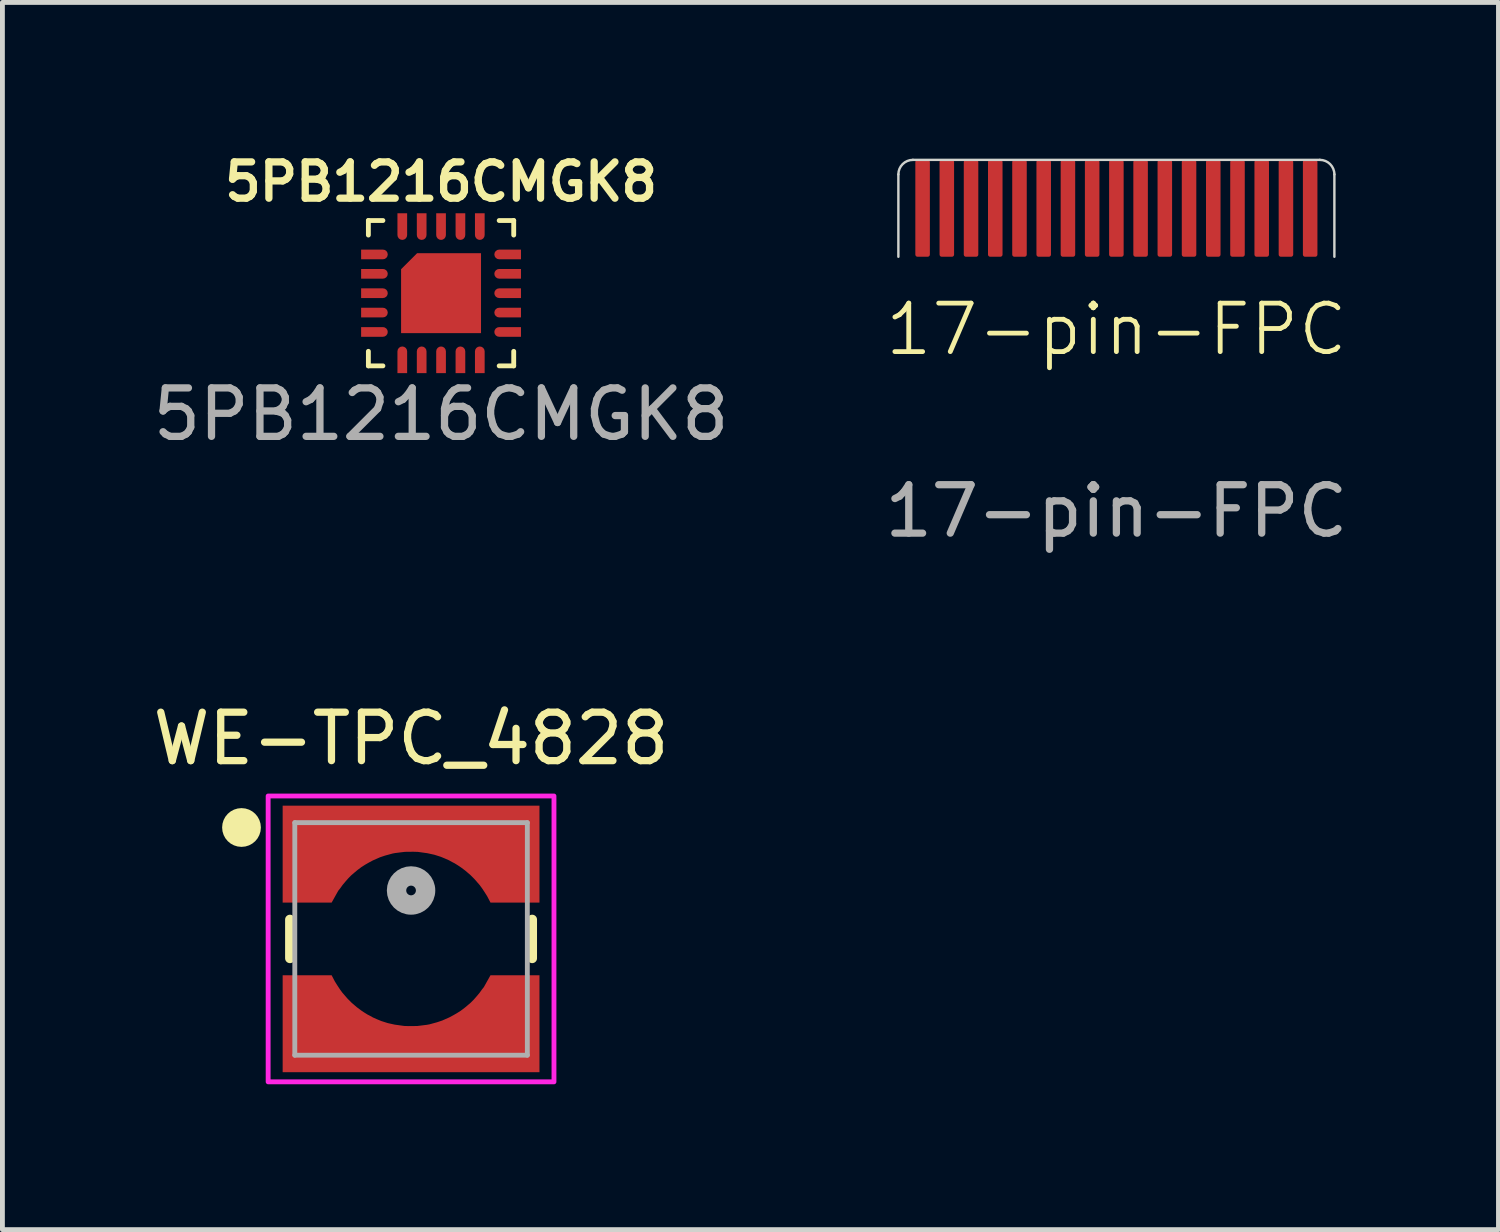
<source format=kicad_pcb>
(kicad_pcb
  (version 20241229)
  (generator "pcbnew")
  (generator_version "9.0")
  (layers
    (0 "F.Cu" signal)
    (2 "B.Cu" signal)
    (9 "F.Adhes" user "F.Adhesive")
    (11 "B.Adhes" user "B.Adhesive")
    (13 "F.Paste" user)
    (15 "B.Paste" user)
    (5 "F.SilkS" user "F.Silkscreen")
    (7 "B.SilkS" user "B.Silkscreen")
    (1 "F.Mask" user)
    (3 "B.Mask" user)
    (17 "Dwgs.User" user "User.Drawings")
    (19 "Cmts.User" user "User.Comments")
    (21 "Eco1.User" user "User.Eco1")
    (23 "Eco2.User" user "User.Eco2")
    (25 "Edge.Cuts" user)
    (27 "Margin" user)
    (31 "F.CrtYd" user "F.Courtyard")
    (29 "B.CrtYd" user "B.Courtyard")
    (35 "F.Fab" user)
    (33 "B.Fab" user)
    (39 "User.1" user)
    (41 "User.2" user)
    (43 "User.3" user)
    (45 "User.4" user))
  (footprint "5PB1216CMGK8"
    (layer "F.Cu")
    (at 6.054 3.002)
    (property "Reference" "5PB1216CMGK8" (at 0 -2.3 0) (unlocked yes) (layer "F.SilkS") (effects (font (size 0.75 0.75) (thickness 0.15) (bold yes))))
    (attr smd)
    (fp_line (start -1.5 -1.5) (end -1.5 -1.2) (stroke (width 0.1) (type default)) (layer "F.SilkS"))
    (fp_line (start -1.5 1.2) (end -1.5 1.5) (stroke (width 0.1) (type default)) (layer "F.SilkS"))
    (fp_line (start -1.5 1.5) (end -1.2 1.5) (stroke (width 0.1) (type default)) (layer "F.SilkS"))
    (fp_line (start -1.2 -1.5) (end -1.5 -1.5) (stroke (width 0.1) (type default)) (layer "F.SilkS"))
    (fp_line (start 1.2 1.5) (end 1.5 1.5) (stroke (width 0.1) (type default)) (layer "F.SilkS"))
    (fp_line (start 1.5 -1.5) (end 1.2 -1.5) (stroke (width 0.1) (type default)) (layer "F.SilkS"))
    (fp_line (start 1.5 -1.2) (end 1.5 -1.5) (stroke (width 0.1) (type default)) (layer "F.SilkS"))
    (fp_line (start 1.5 1.5) (end 1.5 1.2) (stroke (width 0.1) (type default)) (layer "F.SilkS"))
    (fp_text user "${REFERENCE}" (at 0 2.5 0) (unlocked yes) (layer "F.Fab") (effects (font (size 1 1) (thickness 0.15))))
    (pad "1" smd roundrect (at -1.375 -0.8 90) (size 0.2 0.55) (layers "F.Cu" "F.Mask" "F.Paste") (roundrect_rratio 0.5) (chamfer_ratio 0) (chamfer top_left top_right))
    (pad "2" smd roundrect (at -1.375 -0.4 90) (size 0.2 0.55) (layers "F.Cu" "F.Mask" "F.Paste") (roundrect_rratio 0.5) (chamfer_ratio 0) (chamfer top_left top_right))
    (pad "2" smd roundrect (at -0.4 1.375 180) (size 0.2 0.55) (layers "F.Cu" "F.Mask" "F.Paste") (roundrect_rratio 0.5) (chamfer_ratio 0) (chamfer top_left top_right))
    (pad "2" smd roundrect (at 1.375 0.4 270) (size 0.2 0.55) (layers "F.Cu" "F.Mask" "F.Paste") (roundrect_rratio 0.5) (chamfer_ratio 0) (chamfer top_left top_right))
    (pad "3" smd roundrect (at -1.375 0 90) (size 0.2 0.55) (layers "F.Cu" "F.Mask" "F.Paste") (roundrect_rratio 0.5) (chamfer_ratio 0) (chamfer top_left top_right))
    (pad "3" smd roundrect (at 0 0) (size 1.65 1.65) (layers "F.Cu" "F.Mask" "F.Paste") (roundrect_rratio 0) (chamfer_ratio 0.2) (chamfer top_left))
    (pad "3" smd roundrect (at 0.4 1.375 180) (size 0.2 0.55) (layers "F.Cu" "F.Mask" "F.Paste") (roundrect_rratio 0.5) (chamfer_ratio 0) (chamfer top_left top_right))
    (pad "3" smd roundrect (at 1.375 -0.4 270) (size 0.2 0.55) (layers "F.Cu" "F.Mask" "F.Paste") (roundrect_rratio 0.5) (chamfer_ratio 0) (chamfer top_left top_right))
    (pad "4" smd roundrect (at -1.375 0.4 90) (size 0.2 0.55) (layers "F.Cu" "F.Mask" "F.Paste") (roundrect_rratio 0.5) (chamfer_ratio 0) (chamfer top_left top_right))
    (pad "5" smd roundrect (at -1.375 0.8 90) (size 0.2 0.55) (layers "F.Cu" "F.Mask" "F.Paste") (roundrect_rratio 0.5) (chamfer_ratio 0) (chamfer top_left top_right))
    (pad "6" smd roundrect (at -0.8 1.375 180) (size 0.2 0.55) (layers "F.Cu" "F.Mask" "F.Paste") (roundrect_rratio 0.5) (chamfer_ratio 0) (chamfer top_left top_right))
    (pad "8" smd roundrect (at 0 1.375 180) (size 0.2 0.55) (layers "F.Cu" "F.Mask" "F.Paste") (roundrect_rratio 0.5) (chamfer_ratio 0) (chamfer top_left top_right))
    (pad "10" smd roundrect (at 0.8 1.375 180) (size 0.2 0.55) (layers "F.Cu" "F.Mask" "F.Paste") (roundrect_rratio 0.5) (chamfer_ratio 0) (chamfer top_left top_right))
    (pad "11" smd roundrect (at 1.375 0.8 270) (size 0.2 0.55) (layers "F.Cu" "F.Mask" "F.Paste") (roundrect_rratio 0.5) (chamfer_ratio 0) (chamfer top_left top_right))
    (pad "13" smd roundrect (at 1.375 0 270) (size 0.2 0.55) (layers "F.Cu" "F.Mask" "F.Paste") (roundrect_rratio 0.5) (chamfer_ratio 0) (chamfer top_left top_right))
    (pad "15" smd roundrect (at 1.375 -0.8 270) (size 0.2 0.55) (layers "F.Cu" "F.Mask" "F.Paste") (roundrect_rratio 0.5) (chamfer_ratio 0) (chamfer top_left top_right))
    (pad "16" smd roundrect (at 0.8 -1.375) (size 0.2 0.55) (layers "F.Cu" "F.Mask" "F.Paste") (roundrect_rratio 0.5) (chamfer_ratio 0) (chamfer top_left top_right))
    (pad "17" smd roundrect (at 0.4 -1.375) (size 0.2 0.55) (layers "F.Cu" "F.Mask" "F.Paste") (roundrect_rratio 0.5) (chamfer_ratio 0) (chamfer top_left top_right))
    (pad "18" smd roundrect (at 0 -1.375) (size 0.2 0.55) (layers "F.Cu" "F.Mask" "F.Paste") (roundrect_rratio 0.5) (chamfer_ratio 0) (chamfer top_left top_right))
    (pad "19" smd roundrect (at -0.4 -1.375) (size 0.2 0.55) (layers "F.Cu" "F.Mask" "F.Paste") (roundrect_rratio 0.5) (chamfer_ratio 0) (chamfer top_left top_right))
    (pad "20" smd roundrect (at -0.8 -1.375) (size 0.2 0.55) (layers "F.Cu" "F.Mask" "F.Paste") (roundrect_rratio 0.5) (chamfer_ratio 0) (chamfer top_left top_right)))
  (footprint "WE-TPC_4828"
    (layer "F.Cu")
    (at 5.435 16.331)
    (property "Reference" "WE-TPC_4828" (at 0 -4.135 0) (layer "F.SilkS") (effects (font (size 1 1) (thickness 0.15))))
    (attr smd)
    (fp_poly (pts (xy -2.75 2.85) (xy -2.75 0.65) (xy -1.57 0.65) (xy -1.535 0.733) (xy -1.48 0.837) (xy -1.406 0.957) (xy -1.26 1.142) (xy -1.147 1.255) (xy -1.037 1.35) (xy -0.939 1.423) (xy -0.837 1.486) (xy -0.684 1.561) (xy -0.472 1.636) (xy -0.264 1.681) (xy -0.069 1.7) (xy 0.08 1.699) (xy 0.245 1.681) (xy 0.445 1.645) (xy 0.576 1.597) (xy 0.799 1.503) (xy 0.938 1.415) (xy 1.03 1.352) (xy 1.154 1.251) (xy 1.272 1.126) (xy 1.391 0.981) (xy 1.511 0.791) (xy 1.554 0.693) (xy 1.571 0.65) (xy 2.75 0.65) (xy 2.75 2.85)) (stroke (width 0.001) (type solid)) (fill yes) (layer "F.Mask"))
    (fp_poly (pts (xy 2.75 -2.85) (xy 2.75 -0.65) (xy 1.57 -0.65) (xy 1.535 -0.733) (xy 1.48 -0.837) (xy 1.406 -0.957) (xy 1.26 -1.142) (xy 1.147 -1.255) (xy 1.037 -1.35) (xy 0.939 -1.423) (xy 0.837 -1.486) (xy 0.684 -1.561) (xy 0.472 -1.636) (xy 0.264 -1.681) (xy 0.069 -1.7) (xy -0.08 -1.699) (xy -0.245 -1.681) (xy -0.445 -1.645) (xy -0.576 -1.597) (xy -0.799 -1.503) (xy -0.938 -1.415) (xy -1.03 -1.352) (xy -1.154 -1.251) (xy -1.272 -1.126) (xy -1.391 -0.981) (xy -1.511 -0.791) (xy -1.554 -0.693) (xy -1.571 -0.65) (xy -2.75 -0.65) (xy -2.75 -2.85)) (stroke (width 0.001) (type solid)) (fill yes) (layer "F.Mask"))
    (fp_line (start -2.5 -0.4) (end -2.5 0.4) (stroke (width 0.2) (type solid)) (layer "F.SilkS"))
    (fp_line (start 2.5 -0.4) (end 2.5 0.4) (stroke (width 0.2) (type solid)) (layer "F.SilkS"))
    (fp_circle (center -3.5 -2.3) (end -3.3 -2.3) (stroke (width 0.4) (type solid)) (fill no) (layer "F.SilkS"))
    (fp_poly (pts (xy -2.65 -0.75) (xy -1.64 -0.75) (xy -1.503 -0.995) (xy -1.463 -1.045) (xy -1.413 -1.115) (xy -1.363 -1.175) (xy -1.293 -1.255) (xy -1.233 -1.315) (xy -1.163 -1.375) (xy -1.103 -1.425) (xy -1.023 -1.485) (xy -0.942 -1.536) (xy -0.872 -1.576) (xy -0.79 -1.62) (xy -0.643 -1.685) (xy -0.536 -1.721) (xy -0.426 -1.751) (xy -0.423 -1.752) (xy -0.419 -1.753) (xy -0.415 -1.754) (xy -0.412 -1.755) (xy -0.408 -1.756) (xy -0.404 -1.757) (xy -0.4 -1.758) (xy -0.397 -1.759) (xy -0.393 -1.76) (xy -0.389 -1.761) (xy -0.385 -1.762) (xy -0.382 -1.763) (xy -0.378 -1.764) (xy -0.374 -1.765) (xy -0.37 -1.765) (xy -0.366 -1.766) (xy -0.362 -1.767) (xy -0.359 -1.768) (xy -0.355 -1.768) (xy -0.351 -1.769) (xy -0.347 -1.77) (xy -0.343 -1.771) (xy -0.34 -1.771) (xy -0.336 -1.772) (xy -0.332 -1.772) (xy -0.328 -1.773) (xy -0.324 -1.774) (xy -0.32 -1.774) (xy -0.316 -1.775) (xy -0.313 -1.775) (xy -0.218 -1.787) (xy -0.127 -1.798) (xy 0.045 -1.8) (xy 0.141 -1.797) (xy 0.336 -1.77) (xy 0.481 -1.738) (xy 0.613 -1.696) (xy 0.691 -1.664) (xy 0.786 -1.622) (xy 0.858 -1.582) (xy 0.898 -1.562) (xy 0.972 -1.516) (xy 1.033 -1.475) (xy 1.117 -1.412) (xy 1.223 -1.322) (xy 1.31 -1.235) (xy 1.416 -1.113) (xy 1.466 -1.045) (xy 1.524 -0.957) (xy 1.574 -0.877) (xy 1.64 -0.75) (xy 2.65 -0.75) (xy 2.65 -2.75) (xy -2.65 -2.75) (xy -2.65 -0.75)) (stroke (width 0.001) (type solid)) (fill yes) (layer "F.Paste"))
    (fp_poly (pts (xy 2.65 0.75) (xy 1.64 0.75) (xy 1.503 0.995) (xy 1.463 1.045) (xy 1.413 1.115) (xy 1.363 1.175) (xy 1.293 1.255) (xy 1.233 1.315) (xy 1.163 1.375) (xy 1.103 1.425) (xy 1.023 1.485) (xy 0.942 1.536) (xy 0.872 1.576) (xy 0.79 1.62) (xy 0.643 1.685) (xy 0.536 1.721) (xy 0.426 1.751) (xy 0.423 1.752) (xy 0.419 1.753) (xy 0.415 1.754) (xy 0.412 1.755) (xy 0.408 1.756) (xy 0.404 1.757) (xy 0.4 1.758) (xy 0.397 1.759) (xy 0.393 1.76) (xy 0.389 1.761) (xy 0.385 1.762) (xy 0.382 1.763) (xy 0.378 1.764) (xy 0.374 1.765) (xy 0.37 1.765) (xy 0.366 1.766) (xy 0.362 1.767) (xy 0.359 1.768) (xy 0.355 1.768) (xy 0.351 1.769) (xy 0.347 1.77) (xy 0.343 1.771) (xy 0.34 1.771) (xy 0.336 1.772) (xy 0.332 1.772) (xy 0.328 1.773) (xy 0.324 1.774) (xy 0.32 1.774) (xy 0.316 1.775) (xy 0.313 1.775) (xy 0.218 1.787) (xy 0.127 1.798) (xy -0.045 1.8) (xy -0.141 1.797) (xy -0.336 1.77) (xy -0.481 1.738) (xy -0.613 1.696) (xy -0.691 1.664) (xy -0.786 1.622) (xy -0.858 1.582) (xy -0.898 1.562) (xy -0.972 1.516) (xy -1.033 1.475) (xy -1.117 1.412) (xy -1.223 1.322) (xy -1.31 1.235) (xy -1.416 1.113) (xy -1.466 1.045) (xy -1.524 0.957) (xy -1.574 0.877) (xy -1.64 0.75) (xy -2.65 0.75) (xy -2.65 2.75) (xy 2.65 2.75) (xy 2.65 0.75)) (stroke (width 0.001) (type solid)) (fill yes) (layer "F.Paste"))
    (fp_poly (pts (xy 2.95 -2.95) (xy 2.95 2.95) (xy -2.95 2.95) (xy -2.95 -2.95)) (stroke (width 0.1) (type solid)) (fill no) (layer "F.CrtYd"))
    (fp_line (start -2.4 -2.4) (end 2.4 -2.4) (stroke (width 0.1) (type solid)) (layer "F.Fab"))
    (fp_line (start -2.4 2.4) (end -2.4 -2.4) (stroke (width 0.1) (type solid)) (layer "F.Fab"))
    (fp_line (start -2.4 2.4) (end 2.4 2.4) (stroke (width 0.1) (type solid)) (layer "F.Fab"))
    (fp_line (start 2.4 2.4) (end 2.4 -2.4) (stroke (width 0.1) (type solid)) (layer "F.Fab"))
    (fp_circle (center 0 -1) (end 0.1 -1) (stroke (width 0.4) (type solid)) (fill no) (layer "F.Fab"))
    (pad "1" smd custom (at 0 -2.3) (size 5.3 0.8) (layers "F.Cu") (options (anchor rect)) (primitives (gr_poly (pts (xy -2.65 1.55) (xy -1.64 1.55) (xy -1.503 1.305) (xy -1.463 1.255) (xy -1.413 1.185) (xy -1.363 1.125) (xy -1.293 1.045) (xy -1.233 0.985) (xy -1.163 0.925) (xy -1.103 0.875) (xy -1.023 0.815) (xy -0.942 0.764) (xy -0.872 0.724) (xy -0.79 0.68) (xy -0.643 0.615) (xy -0.536 0.579) (xy -0.426 0.549) (xy -0.423 0.548) (xy -0.419 0.547) (xy -0.415 0.546) (xy -0.412 0.545) (xy -0.408 0.544) (xy -0.404 0.543) (xy -0.4 0.542) (xy -0.397 0.541) (xy -0.393 0.54) (xy -0.389 0.539) (xy -0.385 0.538) (xy -0.382 0.537) (xy -0.378 0.536) (xy -0.374 0.535) (xy -0.37 0.535) (xy -0.366 0.534) (xy -0.362 0.533) (xy -0.359 0.532) (xy -0.355 0.532) (xy -0.351 0.531) (xy -0.347 0.53) (xy -0.343 0.529) (xy -0.34 0.529) (xy -0.336 0.528) (xy -0.332 0.528) (xy -0.328 0.527) (xy -0.324 0.526) (xy -0.32 0.526) (xy -0.316 0.525) (xy -0.313 0.525) (xy -0.218 0.513) (xy -0.127 0.502) (xy 0.045 0.5) (xy 0.141 0.503) (xy 0.336 0.53) (xy 0.481 0.562) (xy 0.613 0.604) (xy 0.691 0.636) (xy 0.786 0.678) (xy 0.858 0.718) (xy 0.898 0.738) (xy 0.972 0.784) (xy 1.033 0.825) (xy 1.117 0.888) (xy 1.223 0.978) (xy 1.31 1.065) (xy 1.416 1.187) (xy 1.466 1.255) (xy 1.524 1.343) (xy 1.574 1.423) (xy 1.64 1.55) (xy 2.65 1.55) (xy 2.65 -0.45) (xy -2.65 -0.45) (xy -2.65 1.55)) (width 0.001) (fill yes))))
    (pad "2" smd custom (at 0 2.3) (size 5.3 0.8) (layers "F.Cu") (options (anchor rect)) (primitives (gr_poly (pts (xy 2.65 -1.55) (xy 1.64 -1.55) (xy 1.503 -1.305) (xy 1.463 -1.255) (xy 1.413 -1.185) (xy 1.363 -1.125) (xy 1.293 -1.045) (xy 1.233 -0.985) (xy 1.163 -0.925) (xy 1.103 -0.875) (xy 1.023 -0.815) (xy 0.942 -0.764) (xy 0.872 -0.724) (xy 0.79 -0.68) (xy 0.643 -0.615) (xy 0.536 -0.579) (xy 0.426 -0.549) (xy 0.423 -0.548) (xy 0.419 -0.547) (xy 0.415 -0.546) (xy 0.412 -0.545) (xy 0.408 -0.544) (xy 0.404 -0.543) (xy 0.4 -0.542) (xy 0.397 -0.541) (xy 0.393 -0.54) (xy 0.389 -0.539) (xy 0.385 -0.538) (xy 0.382 -0.537) (xy 0.378 -0.536) (xy 0.374 -0.535) (xy 0.37 -0.535) (xy 0.366 -0.534) (xy 0.362 -0.533) (xy 0.359 -0.532) (xy 0.355 -0.532) (xy 0.351 -0.531) (xy 0.347 -0.53) (xy 0.343 -0.529) (xy 0.34 -0.529) (xy 0.336 -0.528) (xy 0.332 -0.528) (xy 0.328 -0.527) (xy 0.324 -0.526) (xy 0.32 -0.526) (xy 0.316 -0.525) (xy 0.313 -0.525) (xy 0.218 -0.513) (xy 0.127 -0.502) (xy -0.045 -0.5) (xy -0.141 -0.503) (xy -0.336 -0.53) (xy -0.481 -0.562) (xy -0.613 -0.604) (xy -0.691 -0.636) (xy -0.786 -0.678) (xy -0.858 -0.718) (xy -0.898 -0.738) (xy -0.972 -0.784) (xy -1.033 -0.825) (xy -1.117 -0.888) (xy -1.223 -0.978) (xy -1.31 -1.065) (xy -1.416 -1.187) (xy -1.466 -1.255) (xy -1.524 -1.343) (xy -1.574 -1.423) (xy -1.64 -1.55) (xy -2.65 -1.55) (xy -2.65 0.45) (xy 2.65 0.45) (xy 2.65 -1.55)) (width 0.001) (fill yes)))))
  (footprint "17-pin-FPC"
    (layer "F.Cu")
    (at 19.994 0.25)
    (property "Reference" "17-pin-FPC" (at 0 3.5 0) (unlocked yes) (layer "F.SilkS") (effects (font (size 1 1) (thickness 0.1))))
    (attr smd)
    (fp_line (start -4.5 2) (end -4.5 0.3) (stroke (width 0.05) (type default)) (layer "Edge.Cuts"))
    (fp_line (start -4.2 0) (end 4.2 0) (stroke (width 0.05) (type solid)) (layer "Edge.Cuts"))
    (fp_line (start 4.5 0.3) (end 4.5 2) (stroke (width 0.05) (type default)) (layer "Edge.Cuts"))
    (fp_arc (start -4.5 0.3) (mid -4.412132 0.087868) (end -4.2 0) (stroke (width 0.05) (type default)) (layer "Edge.Cuts"))
    (fp_arc (start 4.2 0) (mid 4.412132 0.087868) (end 4.5 0.3) (stroke (width 0.05) (type default)) (layer "Edge.Cuts"))
    (fp_rect (start -4.5 0) (end 4.5 4) (stroke (width 0.1) (type default)) (fill no) (layer "User.4"))
    (fp_text user "${REFERENCE}" (at 0 7.25 0) (unlocked yes) (layer "F.Fab") (effects (font (size 1 1) (thickness 0.15))))
    (pad "1" smd roundrect (at 4 1) (size 0.3 2) (layers "F.Cu" "F.Mask" "F.Paste") (roundrect_rratio 0.15))
    (pad "2" smd roundrect (at 3.5 1) (size 0.3 2) (layers "F.Cu" "F.Mask" "F.Paste") (roundrect_rratio 0.15))
    (pad "3" smd roundrect (at 3 1) (size 0.3 2) (layers "F.Cu" "F.Mask" "F.Paste") (roundrect_rratio 0.15))
    (pad "4" smd roundrect (at 2.5 1) (size 0.3 2) (layers "F.Cu" "F.Mask" "F.Paste") (roundrect_rratio 0.15))
    (pad "5" smd roundrect (at 2 1) (size 0.3 2) (layers "F.Cu" "F.Mask" "F.Paste") (roundrect_rratio 0.15))
    (pad "6" smd roundrect (at 1.5 1) (size 0.3 2) (layers "F.Cu" "F.Mask" "F.Paste") (roundrect_rratio 0.15))
    (pad "7" smd roundrect (at 1 1) (size 0.3 2) (layers "F.Cu" "F.Mask" "F.Paste") (roundrect_rratio 0.15))
    (pad "8" smd roundrect (at 0.5 1) (size 0.3 2) (layers "F.Cu" "F.Mask" "F.Paste") (roundrect_rratio 0.15))
    (pad "9" smd roundrect (at 0 1) (size 0.3 2) (layers "F.Cu" "F.Mask" "F.Paste") (roundrect_rratio 0.15))
    (pad "10" smd roundrect (at -0.5 1) (size 0.3 2) (layers "F.Cu" "F.Mask" "F.Paste") (roundrect_rratio 0.15))
    (pad "11" smd roundrect (at -1 1) (size 0.3 2) (layers "F.Cu" "F.Mask" "F.Paste") (roundrect_rratio 0.15))
    (pad "12" smd roundrect (at -1.5 1) (size 0.3 2) (layers "F.Cu" "F.Mask" "F.Paste") (roundrect_rratio 0.15))
    (pad "13" smd roundrect (at -2 1) (size 0.3 2) (layers "F.Cu" "F.Mask" "F.Paste") (roundrect_rratio 0.15))
    (pad "14" smd roundrect (at -2.5 1) (size 0.3 2) (layers "F.Cu" "F.Mask" "F.Paste") (roundrect_rratio 0.15))
    (pad "15" smd roundrect (at -3 1) (size 0.3 2) (layers "F.Cu" "F.Mask" "F.Paste") (roundrect_rratio 0.15))
    (pad "16" smd roundrect (at -3.5 1) (size 0.3 2) (layers "F.Cu" "F.Mask" "F.Paste") (roundrect_rratio 0.15))
    (pad "17" smd roundrect (at -4 1) (size 0.3 2) (layers "F.Cu" "F.Mask" "F.Paste") (roundrect_rratio 0.15)))
  (gr_rect
    (start -3 -3)
    (end 27.881 22.331)
    (stroke (width 0.1) (type default))
    (fill no)
    (layer "Edge.Cuts")))
</source>
